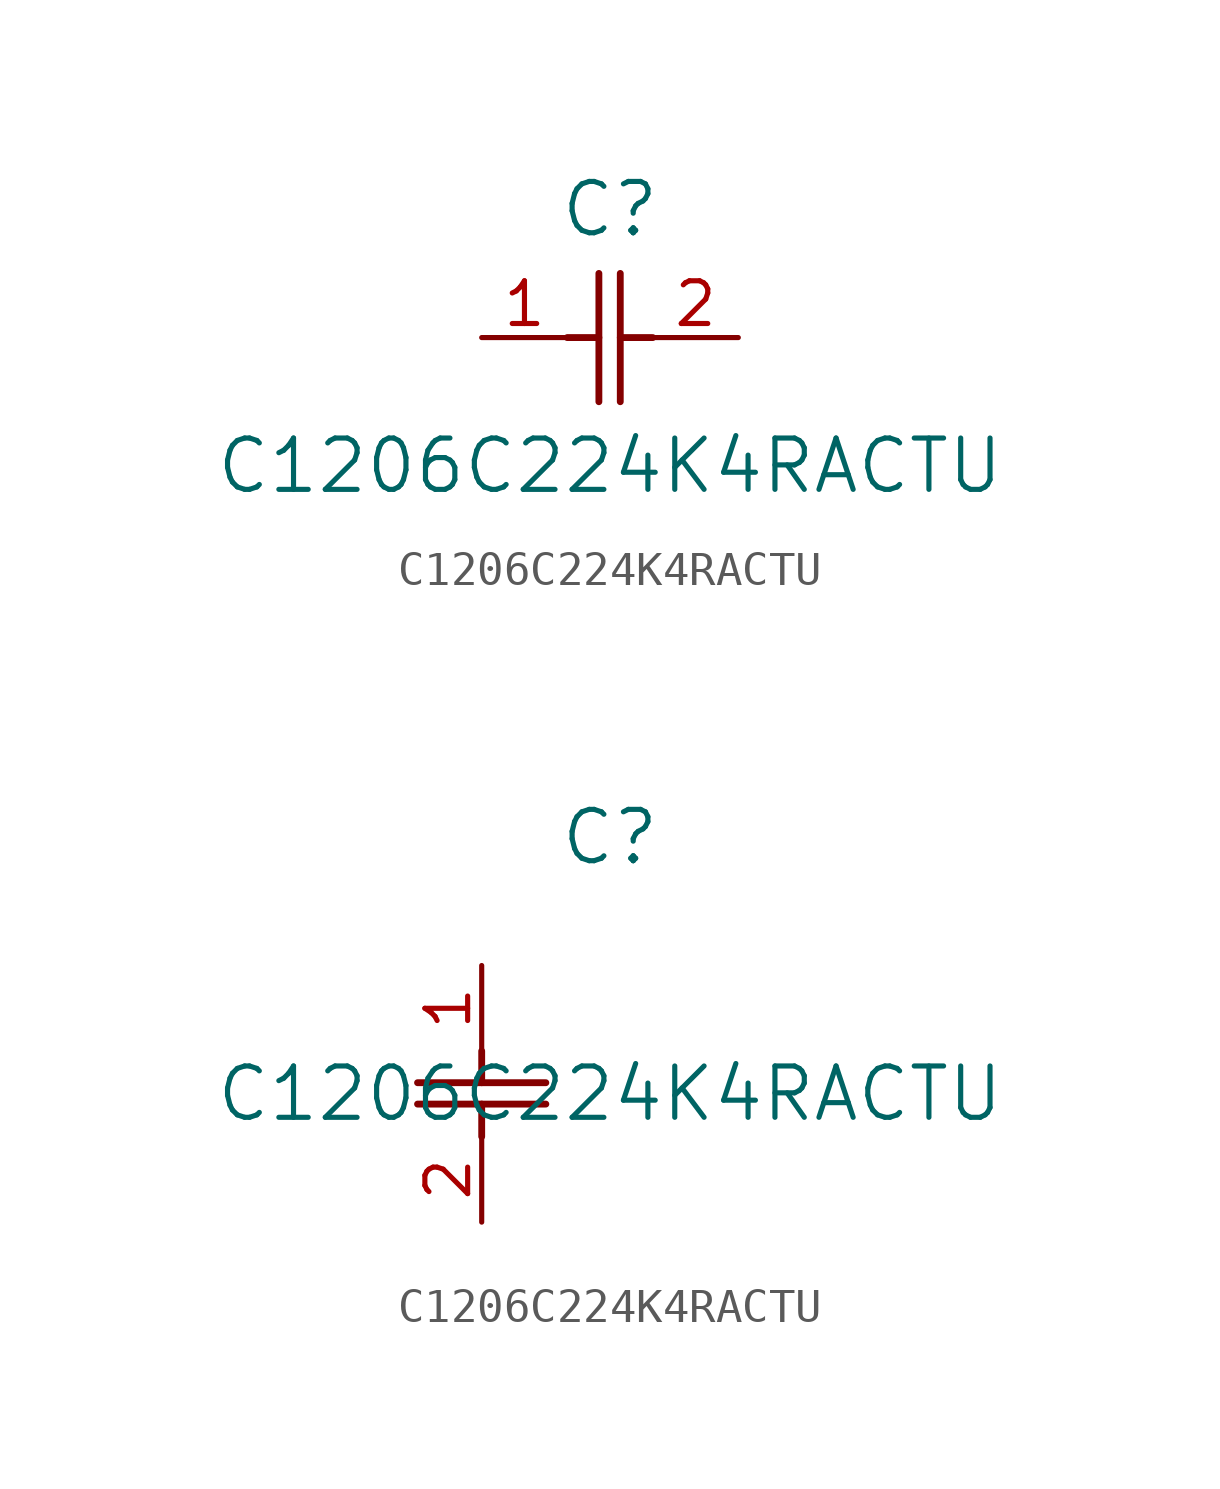
<source format=kicad_sym>
(kicad_symbol_lib
  (version 20211014)
  (generator kicad_symbol_editor)
  (symbol "C1206C224K4RACTU"
    (pin_names
      (offset 0.254))
    (property "Reference" "C"
      (at 3.81 3.81 0)
      (effects (font (size 1.524 1.524))))
    (property "Value" "C1206C224K4RACTU"
      (at 3.81 -3.81 0)
      (effects (font (size 1.524 1.524))))
    (symbol "C1206C224K4RACTU_1_1"
      (polyline (pts (xy 3.48 -1.905) (xy 3.48 1.905)) (stroke (width 0.203) (type default) (color 0 0 0 0)) (fill (type none)))
      (polyline (pts (xy 4.115 -1.905) (xy 4.115 1.905)) (stroke (width 0.203) (type default) (color 0 0 0 0)) (fill (type none)))
      (polyline (pts (xy 4.115 0) (xy 5.08 0)) (stroke (width 0.203) (type default) (color 0 0 0 0)) (fill (type none)))
      (polyline (pts (xy 2.54 0) (xy 3.48 0)) (stroke (width 0.203) (type default) (color 0 0 0 0)) (fill (type none)))
      (pin unspecified line (at 0 0 0) (length 2.54) (name "" (effects (font (size 1.27 1.27)))) (number "1" (effects (font (size 1.27 1.27)))))
      (pin unspecified line (at 7.62 0 180) (length 2.54) (name "" (effects (font (size 1.27 1.27)))) (number "2" (effects (font (size 1.27 1.27))))))
    (symbol "C1206C224K4RACTU_1_2"
      (polyline (pts (xy -1.905 -3.48) (xy 1.905 -3.48)) (stroke (width 0.203) (type default) (color 0 0 0 0)) (fill (type none)))
      (polyline (pts (xy -1.905 -4.115) (xy 1.905 -4.115)) (stroke (width 0.203) (type default) (color 0 0 0 0)) (fill (type none)))
      (polyline (pts (xy 0 -4.115) (xy 0 -5.08)) (stroke (width 0.203) (type default) (color 0 0 0 0)) (fill (type none)))
      (polyline (pts (xy 0 -2.54) (xy 0 -3.48)) (stroke (width 0.203) (type default) (color 0 0 0 0)) (fill (type none)))
      (pin unspecified line (at 0 0 270) (length 2.54) (name "" (effects (font (size 1.27 1.27)))) (number "1" (effects (font (size 1.27 1.27)))))
      (pin unspecified line (at 0 -7.62 90) (length 2.54) (name "" (effects (font (size 1.27 1.27)))) (number "2" (effects (font (size 1.27 1.27))))))))
</source>
